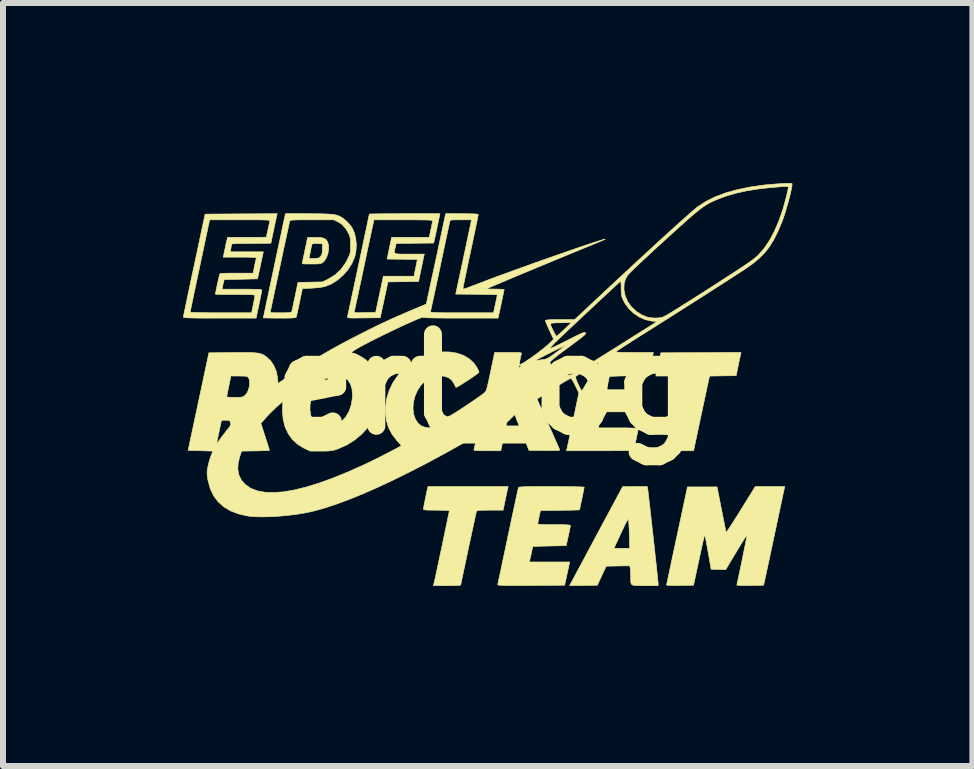
<source format=kicad_pcb>
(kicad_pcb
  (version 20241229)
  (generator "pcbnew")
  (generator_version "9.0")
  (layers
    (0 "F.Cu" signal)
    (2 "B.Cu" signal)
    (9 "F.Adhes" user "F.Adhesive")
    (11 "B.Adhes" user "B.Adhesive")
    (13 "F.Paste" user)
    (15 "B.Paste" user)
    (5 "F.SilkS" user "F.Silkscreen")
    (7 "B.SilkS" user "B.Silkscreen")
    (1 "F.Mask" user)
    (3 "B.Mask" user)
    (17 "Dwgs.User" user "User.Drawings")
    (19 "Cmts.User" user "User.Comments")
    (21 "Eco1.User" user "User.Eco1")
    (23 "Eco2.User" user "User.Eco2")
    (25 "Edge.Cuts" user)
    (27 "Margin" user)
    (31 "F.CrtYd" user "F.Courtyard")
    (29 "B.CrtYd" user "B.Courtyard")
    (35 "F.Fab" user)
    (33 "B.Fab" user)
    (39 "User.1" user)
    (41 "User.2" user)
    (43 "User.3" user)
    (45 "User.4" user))
  (footprint "ert_og"
    (layer "F.Cu")
    (at 5.072 3.356)
    (property "Reference" "ert_og" (at 0 0 0) (layer "F.SilkS") (effects (font (size 1.524 1.524) (thickness 0.3))))
    (attr through_hole)
    (fp_poly (pts (xy 4.185 -0.34) (xy 4.145 -0.146) (xy 3.923 -0.143) (xy 3.701 -0.139) (xy 3.568 0.483) (xy 3.436 1.105) (xy 3.209 1.105) (xy 3.128 1.105) (xy 3.07 1.104) (xy 3.029 1.102) (xy 3.005 1.1) (xy 2.992 1.095) (xy 2.989 1.089) (xy 2.99 1.083) (xy 2.993 1.066) (xy 3.002 1.027) (xy 3.015 0.968) (xy 3.031 0.893) (xy 3.051 0.802) (xy 3.073 0.7) (xy 3.097 0.589) (xy 3.118 0.489) (xy 3.143 0.371) (xy 3.167 0.26) (xy 3.188 0.159) (xy 3.207 0.07) (xy 3.223 -0.004) (xy 3.236 -0.061) (xy 3.244 -0.098) (xy 3.247 -0.111) (xy 3.254 -0.14) (xy 2.806 -0.14) (xy 2.813 -0.168) (xy 2.818 -0.191) (xy 2.827 -0.233) (xy 2.839 -0.289) (xy 2.853 -0.352) (xy 2.855 -0.362) (xy 2.89 -0.527) (xy 3.558 -0.53) (xy 4.226 -0.534) (xy 4.185 -0.34)) (stroke (width 0.01) (type solid)) (fill yes) (layer "F.SilkS"))
    (fp_poly (pts (xy -2.801 -2.449) (xy -2.748 -2.442) (xy -2.711 -2.429) (xy -2.685 -2.408) (xy -2.664 -2.376) (xy -2.663 -2.375) (xy -2.647 -2.32) (xy -2.645 -2.254) (xy -2.657 -2.184) (xy -2.68 -2.118) (xy -2.712 -2.063) (xy -2.743 -2.032) (xy -2.762 -2.021) (xy -2.784 -2.014) (xy -2.816 -2.009) (xy -2.862 -2.007) (xy -2.927 -2.007) (xy -2.932 -2.007) (xy -2.992 -2.007) (xy -3.04 -2.008) (xy -3.073 -2.01) (xy -3.086 -2.013) (xy -3.086 -2.013) (xy -3.084 -2.027) (xy -3.077 -2.061) (xy -3.069 -2.1) (xy -2.972 -2.1) (xy -2.96 -2.098) (xy -2.93 -2.097) (xy -2.887 -2.098) (xy -2.84 -2.101) (xy -2.811 -2.108) (xy -2.792 -2.12) (xy -2.776 -2.138) (xy -2.76 -2.166) (xy -2.752 -2.201) (xy -2.75 -2.252) (xy -2.75 -2.258) (xy -2.75 -2.343) (xy -2.835 -2.347) (xy -2.88 -2.348) (xy -2.907 -2.346) (xy -2.92 -2.339) (xy -2.926 -2.325) (xy -2.927 -2.321) (xy -2.934 -2.291) (xy -2.943 -2.249) (xy -2.952 -2.202) (xy -2.961 -2.157) (xy -2.968 -2.122) (xy -2.972 -2.102) (xy -2.972 -2.1) (xy -3.069 -2.1) (xy -3.066 -2.112) (xy -3.053 -2.175) (xy -3.042 -2.23) (xy -3.027 -2.299) (xy -3.014 -2.36) (xy -3.005 -2.407) (xy -2.999 -2.437) (xy -2.997 -2.446) (xy -2.985 -2.448) (xy -2.954 -2.45) (xy -2.907 -2.451) (xy -2.873 -2.451) (xy -2.801 -2.449)) (stroke (width 0.01) (type solid)) (fill yes) (layer "F.SilkS"))
    (fp_poly (pts (xy 0.339 1.73) (xy 0.334 1.753) (xy 0.325 1.795) (xy 0.313 1.851) (xy 0.3 1.915) (xy 0.297 1.927) (xy 0.262 2.095) (xy 0.043 2.095) (xy -0.037 2.096) (xy -0.095 2.097) (xy -0.135 2.099) (xy -0.16 2.102) (xy -0.175 2.107) (xy -0.181 2.114) (xy -0.183 2.118) (xy -0.187 2.135) (xy -0.196 2.173) (xy -0.208 2.23) (xy -0.224 2.303) (xy -0.242 2.389) (xy -0.263 2.484) (xy -0.285 2.586) (xy -0.308 2.692) (xy -0.331 2.8) (xy -0.353 2.905) (xy -0.374 3.006) (xy -0.394 3.098) (xy -0.411 3.18) (xy -0.426 3.249) (xy -0.436 3.301) (xy -0.443 3.333) (xy -0.445 3.343) (xy -0.457 3.346) (xy -0.49 3.349) (xy -0.541 3.351) (xy -0.605 3.352) (xy -0.672 3.353) (xy -0.899 3.353) (xy -0.888 3.305) (xy -0.881 3.277) (xy -0.87 3.228) (xy -0.856 3.163) (xy -0.839 3.083) (xy -0.82 2.992) (xy -0.799 2.894) (xy -0.777 2.789) (xy -0.754 2.683) (xy -0.732 2.578) (xy -0.711 2.476) (xy -0.691 2.381) (xy -0.673 2.295) (xy -0.658 2.222) (xy -0.646 2.165) (xy -0.638 2.126) (xy -0.635 2.109) (xy -0.635 2.109) (xy -0.648 2.103) (xy -0.685 2.099) (xy -0.746 2.097) (xy -0.829 2.096) (xy -0.851 2.095) (xy -0.932 2.095) (xy -0.99 2.094) (xy -1.03 2.092) (xy -1.053 2.088) (xy -1.065 2.083) (xy -1.067 2.077) (xy -1.064 2.06) (xy -1.057 2.022) (xy -1.047 1.971) (xy -1.035 1.91) (xy -1.022 1.846) (xy -1.009 1.784) (xy -0.997 1.73) (xy -0.99 1.702) (xy 0.346 1.702) (xy 0.339 1.73)) (stroke (width 0.01) (type solid)) (fill yes) (layer "F.SilkS"))
    (fp_poly (pts (xy 2.672 1.749) (xy 2.676 1.776) (xy 2.682 1.824) (xy 2.689 1.891) (xy 2.699 1.974) (xy 2.71 2.07) (xy 2.722 2.178) (xy 2.735 2.293) (xy 2.748 2.413) (xy 2.762 2.536) (xy 2.776 2.659) (xy 2.789 2.78) (xy 2.801 2.894) (xy 2.813 3.001) (xy 2.823 3.096) (xy 2.831 3.178) (xy 2.838 3.243) (xy 2.843 3.289) (xy 2.845 3.313) (xy 2.845 3.316) (xy 2.845 3.353) (xy 2.624 3.353) (xy 2.541 3.353) (xy 2.48 3.352) (xy 2.438 3.348) (xy 2.411 3.339) (xy 2.396 3.322) (xy 2.389 3.295) (xy 2.388 3.257) (xy 2.388 3.204) (xy 2.388 3.199) (xy 2.387 3.146) (xy 2.384 3.097) (xy 2.38 3.063) (xy 2.38 3.062) (xy 2.372 3.022) (xy 2.175 3.025) (xy 1.979 3.029) (xy 1.905 3.188) (xy 1.832 3.346) (xy 1.601 3.35) (xy 1.37 3.353) (xy 1.45 3.203) (xy 1.471 3.164) (xy 1.502 3.105) (xy 1.543 3.029) (xy 1.592 2.938) (xy 1.647 2.835) (xy 1.703 2.731) (xy 2.109 2.731) (xy 2.372 2.731) (xy 2.365 2.505) (xy 2.363 2.431) (xy 2.36 2.364) (xy 2.356 2.309) (xy 2.353 2.271) (xy 2.35 2.256) (xy 2.347 2.251) (xy 2.342 2.251) (xy 2.335 2.259) (xy 2.324 2.277) (xy 2.308 2.307) (xy 2.287 2.35) (xy 2.258 2.411) (xy 2.221 2.489) (xy 2.175 2.589) (xy 2.164 2.613) (xy 2.109 2.731) (xy 1.703 2.731) (xy 1.707 2.722) (xy 1.772 2.602) (xy 1.838 2.478) (xy 1.892 2.377) (xy 2.254 1.703) (xy 2.46 1.702) (xy 2.665 1.702) (xy 2.672 1.749)) (stroke (width 0.01) (type solid)) (fill yes) (layer "F.SilkS"))
    (fp_poly (pts (xy 4.949 1.73) (xy 4.945 1.748) (xy 4.936 1.788) (xy 4.923 1.848) (xy 4.907 1.926) (xy 4.887 2.017) (xy 4.865 2.122) (xy 4.841 2.236) (xy 4.815 2.357) (xy 4.813 2.369) (xy 4.785 2.497) (xy 4.758 2.624) (xy 4.732 2.747) (xy 4.708 2.861) (xy 4.686 2.963) (xy 4.667 3.051) (xy 4.652 3.12) (xy 4.643 3.162) (xy 4.603 3.346) (xy 4.377 3.35) (xy 4.296 3.351) (xy 4.238 3.351) (xy 4.198 3.35) (xy 4.173 3.348) (xy 4.16 3.344) (xy 4.157 3.338) (xy 4.158 3.331) (xy 4.164 3.306) (xy 4.174 3.262) (xy 4.187 3.202) (xy 4.202 3.13) (xy 4.219 3.049) (xy 4.237 2.963) (xy 4.255 2.875) (xy 4.272 2.789) (xy 4.289 2.708) (xy 4.303 2.636) (xy 4.314 2.577) (xy 4.323 2.534) (xy 4.326 2.51) (xy 4.327 2.506) (xy 4.319 2.515) (xy 4.3 2.544) (xy 4.272 2.588) (xy 4.236 2.646) (xy 4.194 2.715) (xy 4.148 2.792) (xy 4.146 2.794) (xy 3.971 3.087) (xy 3.85 3.083) (xy 3.728 3.08) (xy 3.678 2.791) (xy 3.663 2.71) (xy 3.65 2.638) (xy 3.638 2.578) (xy 3.629 2.536) (xy 3.622 2.512) (xy 3.62 2.509) (xy 3.616 2.523) (xy 3.607 2.559) (xy 3.594 2.613) (xy 3.578 2.684) (xy 3.56 2.767) (xy 3.539 2.861) (xy 3.524 2.931) (xy 3.435 3.346) (xy 3.21 3.35) (xy 3.137 3.351) (xy 3.075 3.35) (xy 3.026 3.349) (xy 2.995 3.346) (xy 2.985 3.344) (xy 2.988 3.33) (xy 2.996 3.293) (xy 3.008 3.236) (xy 3.024 3.16) (xy 3.043 3.068) (xy 3.066 2.961) (xy 3.091 2.842) (xy 3.119 2.713) (xy 3.148 2.576) (xy 3.16 2.521) (xy 3.334 1.708) (xy 3.827 1.708) (xy 3.9 2.08) (xy 3.919 2.175) (xy 3.936 2.261) (xy 3.951 2.336) (xy 3.963 2.397) (xy 3.972 2.44) (xy 3.977 2.463) (xy 3.978 2.466) (xy 3.985 2.458) (xy 4.004 2.431) (xy 4.034 2.388) (xy 4.072 2.329) (xy 4.117 2.258) (xy 4.169 2.178) (xy 4.223 2.09) (xy 4.464 1.702) (xy 4.71 1.702) (xy 4.956 1.702) (xy 4.949 1.73)) (stroke (width 0.01) (type solid)) (fill yes) (layer "F.SilkS"))
    (fp_poly (pts (xy 1.183 1.702) (xy 1.289 1.703) (xy 1.385 1.704) (xy 1.468 1.705) (xy 1.534 1.707) (xy 1.582 1.709) (xy 1.608 1.711) (xy 1.613 1.712) (xy 1.61 1.728) (xy 1.603 1.764) (xy 1.593 1.815) (xy 1.58 1.877) (xy 1.575 1.903) (xy 1.561 1.967) (xy 1.55 2.022) (xy 1.541 2.063) (xy 1.537 2.086) (xy 1.537 2.089) (xy 1.525 2.091) (xy 1.49 2.093) (xy 1.437 2.094) (xy 1.369 2.096) (xy 1.289 2.097) (xy 1.21 2.098) (xy 0.884 2.102) (xy 0.862 2.203) (xy 0.851 2.253) (xy 0.843 2.293) (xy 0.839 2.318) (xy 0.839 2.321) (xy 0.844 2.326) (xy 0.863 2.331) (xy 0.898 2.334) (xy 0.951 2.335) (xy 1.025 2.337) (xy 1.111 2.337) (xy 1.206 2.337) (xy 1.277 2.338) (xy 1.328 2.34) (xy 1.362 2.343) (xy 1.379 2.348) (xy 1.384 2.353) (xy 1.381 2.371) (xy 1.373 2.408) (xy 1.363 2.46) (xy 1.349 2.52) (xy 1.348 2.527) (xy 1.313 2.686) (xy 0.756 2.699) (xy 0.736 2.794) (xy 0.725 2.846) (xy 0.714 2.891) (xy 0.707 2.923) (xy 0.707 2.924) (xy 0.698 2.959) (xy 1.372 2.959) (xy 1.365 2.988) (xy 1.36 3.01) (xy 1.351 3.052) (xy 1.339 3.108) (xy 1.325 3.171) (xy 1.323 3.181) (xy 1.287 3.346) (xy 0.727 3.35) (xy 0.593 3.351) (xy 0.483 3.351) (xy 0.393 3.351) (xy 0.322 3.351) (xy 0.268 3.35) (xy 0.229 3.348) (xy 0.202 3.346) (xy 0.185 3.343) (xy 0.176 3.34) (xy 0.172 3.335) (xy 0.173 3.331) (xy 0.176 3.315) (xy 0.184 3.276) (xy 0.197 3.217) (xy 0.214 3.139) (xy 0.234 3.045) (xy 0.256 2.938) (xy 0.282 2.818) (xy 0.309 2.689) (xy 0.338 2.553) (xy 0.343 2.527) (xy 0.373 2.39) (xy 0.4 2.259) (xy 0.426 2.138) (xy 0.45 2.028) (xy 0.47 1.932) (xy 0.488 1.851) (xy 0.501 1.788) (xy 0.511 1.746) (xy 0.515 1.725) (xy 0.516 1.724) (xy 0.519 1.719) (xy 0.526 1.714) (xy 0.539 1.711) (xy 0.56 1.708) (xy 0.592 1.706) (xy 0.638 1.704) (xy 0.698 1.703) (xy 0.776 1.702) (xy 0.873 1.702) (xy 0.993 1.702) (xy 1.068 1.702) (xy 1.183 1.702)) (stroke (width 0.01) (type solid)) (fill yes) (layer "F.SilkS"))
    (fp_poly (pts (xy -0.834 -2.638) (xy -0.849 -2.566) (xy -0.863 -2.5) (xy -0.875 -2.446) (xy -0.884 -2.407) (xy -0.887 -2.394) (xy -0.897 -2.356) (xy -1.52 -2.349) (xy -1.535 -2.285) (xy -1.544 -2.247) (xy -1.549 -2.218) (xy -1.548 -2.198) (xy -1.538 -2.184) (xy -1.515 -2.177) (xy -1.477 -2.173) (xy -1.421 -2.172) (xy -1.344 -2.172) (xy -1.3 -2.172) (xy -1.051 -2.172) (xy -1.058 -2.143) (xy -1.063 -2.121) (xy -1.072 -2.079) (xy -1.083 -2.023) (xy -1.097 -1.956) (xy -1.106 -1.915) (xy -1.147 -1.715) (xy -1.402 -1.712) (xy -1.657 -1.708) (xy -1.786 -1.111) (xy -2.062 -1.108) (xy -2.153 -1.107) (xy -2.221 -1.106) (xy -2.27 -1.107) (xy -2.303 -1.109) (xy -2.322 -1.112) (xy -2.331 -1.116) (xy -2.333 -1.122) (xy -2.332 -1.127) (xy -2.328 -1.143) (xy -2.32 -1.18) (xy -2.314 -1.207) (xy -2.219 -1.207) (xy -2.213 -1.201) (xy -2.197 -1.197) (xy -2.167 -1.195) (xy -2.119 -1.195) (xy -2.05 -1.196) (xy -2.043 -1.197) (xy -1.862 -1.2) (xy -1.734 -1.803) (xy -1.223 -1.803) (xy -1.201 -1.915) (xy -1.19 -1.968) (xy -1.181 -2.015) (xy -1.174 -2.047) (xy -1.173 -2.054) (xy -1.166 -2.082) (xy -1.419 -2.086) (xy -1.671 -2.089) (xy -1.634 -2.27) (xy -1.596 -2.451) (xy -1.283 -2.451) (xy -0.969 -2.451) (xy -0.942 -2.581) (xy -0.93 -2.637) (xy -0.921 -2.684) (xy -0.916 -2.716) (xy -0.914 -2.727) (xy -0.92 -2.732) (xy -0.936 -2.735) (xy -0.967 -2.738) (xy -1.013 -2.74) (xy -1.077 -2.741) (xy -1.16 -2.742) (xy -1.265 -2.743) (xy -1.393 -2.743) (xy -1.402 -2.743) (xy -1.89 -2.743) (xy -1.897 -2.715) (xy -1.9 -2.697) (xy -1.909 -2.657) (xy -1.922 -2.597) (xy -1.939 -2.519) (xy -1.959 -2.425) (xy -1.982 -2.318) (xy -2.007 -2.2) (xy -2.034 -2.073) (xy -2.057 -1.962) (xy -2.085 -1.83) (xy -2.112 -1.704) (xy -2.137 -1.588) (xy -2.159 -1.484) (xy -2.179 -1.393) (xy -2.195 -1.319) (xy -2.207 -1.263) (xy -2.215 -1.228) (xy -2.218 -1.216) (xy -2.219 -1.207) (xy -2.314 -1.207) (xy -2.308 -1.238) (xy -2.292 -1.313) (xy -2.272 -1.402) (xy -2.251 -1.504) (xy -2.227 -1.616) (xy -2.201 -1.735) (xy -2.175 -1.858) (xy -2.148 -1.985) (xy -2.121 -2.111) (xy -2.095 -2.235) (xy -2.07 -2.353) (xy -2.047 -2.465) (xy -2.025 -2.566) (xy -2.006 -2.655) (xy -1.991 -2.729) (xy -1.979 -2.786) (xy -1.971 -2.823) (xy -1.969 -2.838) (xy -1.968 -2.838) (xy -1.956 -2.84) (xy -1.921 -2.841) (xy -1.865 -2.842) (xy -1.792 -2.843) (xy -1.703 -2.844) (xy -1.601 -2.844) (xy -1.489 -2.845) (xy -1.38 -2.845) (xy -0.791 -2.845) (xy -0.834 -2.638)) (stroke (width 0.01) (type solid)) (fill yes) (layer "F.SilkS"))
    (fp_poly (pts (xy -2.862 -2.844) (xy -2.76 -2.843) (xy -2.677 -2.84) (xy -2.611 -2.836) (xy -2.557 -2.83) (xy -2.514 -2.821) (xy -2.478 -2.809) (xy -2.446 -2.794) (xy -2.416 -2.776) (xy -2.358 -2.731) (xy -2.301 -2.672) (xy -2.255 -2.611) (xy -2.251 -2.603) (xy -2.215 -2.522) (xy -2.193 -2.425) (xy -2.184 -2.321) (xy -2.191 -2.218) (xy -2.209 -2.132) (xy -2.256 -2.019) (xy -2.323 -1.913) (xy -2.407 -1.817) (xy -2.503 -1.735) (xy -2.607 -1.671) (xy -2.705 -1.632) (xy -2.746 -1.623) (xy -2.805 -1.615) (xy -2.872 -1.608) (xy -2.929 -1.604) (xy -3.083 -1.597) (xy -3.13 -1.373) (xy -3.145 -1.3) (xy -3.159 -1.234) (xy -3.171 -1.18) (xy -3.179 -1.143) (xy -3.183 -1.127) (xy -3.187 -1.12) (xy -3.196 -1.114) (xy -3.214 -1.11) (xy -3.244 -1.108) (xy -3.288 -1.106) (xy -3.351 -1.105) (xy -3.435 -1.105) (xy -3.462 -1.105) (xy -3.542 -1.105) (xy -3.612 -1.106) (xy -3.67 -1.107) (xy -3.711 -1.108) (xy -3.732 -1.109) (xy -3.734 -1.11) (xy -3.731 -1.123) (xy -3.724 -1.158) (xy -3.715 -1.198) (xy -3.619 -1.198) (xy -3.608 -1.196) (xy -3.575 -1.195) (xy -3.526 -1.194) (xy -3.465 -1.194) (xy -3.443 -1.194) (xy -3.367 -1.194) (xy -3.313 -1.197) (xy -3.279 -1.201) (xy -3.263 -1.207) (xy -3.261 -1.21) (xy -3.257 -1.227) (xy -3.248 -1.264) (xy -3.237 -1.319) (xy -3.223 -1.385) (xy -3.207 -1.46) (xy -3.206 -1.463) (xy -3.157 -1.7) (xy -2.748 -1.708) (xy -2.649 -1.757) (xy -2.539 -1.825) (xy -2.445 -1.911) (xy -2.368 -2.017) (xy -2.335 -2.077) (xy -2.31 -2.129) (xy -2.294 -2.168) (xy -2.285 -2.202) (xy -2.281 -2.241) (xy -2.28 -2.294) (xy -2.28 -2.317) (xy -2.281 -2.38) (xy -2.284 -2.425) (xy -2.292 -2.462) (xy -2.304 -2.496) (xy -2.313 -2.515) (xy -2.364 -2.602) (xy -2.425 -2.668) (xy -2.492 -2.711) (xy -2.558 -2.743) (xy -2.923 -2.743) (xy -3.029 -2.743) (xy -3.112 -2.743) (xy -3.176 -2.742) (xy -3.223 -2.74) (xy -3.255 -2.738) (xy -3.275 -2.735) (xy -3.287 -2.73) (xy -3.293 -2.725) (xy -3.294 -2.721) (xy -3.298 -2.706) (xy -3.306 -2.669) (xy -3.318 -2.612) (xy -3.334 -2.539) (xy -3.353 -2.451) (xy -3.374 -2.352) (xy -3.398 -2.244) (xy -3.422 -2.129) (xy -3.447 -2.011) (xy -3.473 -1.892) (xy -3.498 -1.774) (xy -3.522 -1.66) (xy -3.545 -1.553) (xy -3.566 -1.455) (xy -3.584 -1.369) (xy -3.599 -1.298) (xy -3.61 -1.244) (xy -3.617 -1.21) (xy -3.619 -1.198) (xy -3.715 -1.198) (xy -3.712 -1.213) (xy -3.697 -1.285) (xy -3.679 -1.373) (xy -3.657 -1.473) (xy -3.634 -1.583) (xy -3.609 -1.701) (xy -3.583 -1.824) (xy -3.556 -1.95) (xy -3.53 -2.076) (xy -3.503 -2.2) (xy -3.478 -2.319) (xy -3.454 -2.431) (xy -3.432 -2.534) (xy -3.413 -2.624) (xy -3.397 -2.7) (xy -3.384 -2.759) (xy -3.375 -2.799) (xy -3.372 -2.816) (xy -3.365 -2.845) (xy -2.987 -2.845) (xy -2.862 -2.844)) (stroke (width 0.01) (type solid)) (fill yes) (layer "F.SilkS"))
    (fp_poly (pts (xy -3.51 -2.816) (xy -3.515 -2.795) (xy -3.523 -2.754) (xy -3.535 -2.701) (xy -3.548 -2.639) (xy -3.562 -2.573) (xy -3.576 -2.508) (xy -3.588 -2.449) (xy -3.598 -2.401) (xy -3.604 -2.368) (xy -3.607 -2.355) (xy -3.619 -2.353) (xy -3.653 -2.352) (xy -3.706 -2.351) (xy -3.774 -2.35) (xy -3.854 -2.35) (xy -3.93 -2.349) (xy -4.018 -2.349) (xy -4.097 -2.348) (xy -4.164 -2.347) (xy -4.216 -2.345) (xy -4.249 -2.342) (xy -4.259 -2.34) (xy -4.264 -2.323) (xy -4.271 -2.29) (xy -4.274 -2.27) (xy -4.283 -2.21) (xy -3.734 -2.21) (xy -3.741 -2.175) (xy -3.747 -2.15) (xy -3.756 -2.106) (xy -3.768 -2.048) (xy -3.783 -1.982) (xy -3.789 -1.949) (xy -3.831 -1.759) (xy -4.386 -1.746) (xy -4.394 -1.714) (xy -4.403 -1.68) (xy -4.411 -1.639) (xy -4.412 -1.635) (xy -4.421 -1.587) (xy -4.09 -1.587) (xy -3.985 -1.587) (xy -3.903 -1.586) (xy -3.842 -1.585) (xy -3.799 -1.582) (xy -3.773 -1.579) (xy -3.761 -1.575) (xy -3.759 -1.572) (xy -3.761 -1.555) (xy -3.768 -1.517) (xy -3.779 -1.463) (xy -3.792 -1.397) (xy -3.806 -1.33) (xy -3.854 -1.105) (xy -4.46 -1.105) (xy -4.606 -1.105) (xy -4.728 -1.105) (xy -4.828 -1.106) (xy -4.908 -1.107) (xy -4.97 -1.109) (xy -5.014 -1.111) (xy -5.045 -1.114) (xy -5.061 -1.117) (xy -5.067 -1.121) (xy -5.067 -1.121) (xy -5.064 -1.136) (xy -5.057 -1.173) (xy -5.051 -1.203) (xy -4.953 -1.203) (xy -4.941 -1.201) (xy -4.906 -1.199) (xy -4.851 -1.198) (xy -4.778 -1.196) (xy -4.691 -1.195) (xy -4.592 -1.194) (xy -4.484 -1.194) (xy -4.441 -1.194) (xy -3.929 -1.194) (xy -3.901 -1.33) (xy -3.89 -1.387) (xy -3.881 -1.436) (xy -3.875 -1.47) (xy -3.873 -1.483) (xy -3.879 -1.488) (xy -3.897 -1.492) (xy -3.931 -1.495) (xy -3.982 -1.497) (xy -4.052 -1.498) (xy -4.144 -1.499) (xy -4.204 -1.499) (xy -4.292 -1.499) (xy -4.372 -1.499) (xy -4.439 -1.5) (xy -4.491 -1.501) (xy -4.523 -1.503) (xy -4.534 -1.504) (xy -4.531 -1.519) (xy -4.524 -1.552) (xy -4.515 -1.599) (xy -4.503 -1.654) (xy -4.491 -1.709) (xy -4.479 -1.761) (xy -4.47 -1.802) (xy -4.464 -1.828) (xy -4.463 -1.832) (xy -4.459 -1.839) (xy -4.449 -1.845) (xy -4.431 -1.849) (xy -4.402 -1.851) (xy -4.358 -1.853) (xy -4.295 -1.854) (xy -4.212 -1.854) (xy -4.18 -1.854) (xy -3.904 -1.854) (xy -3.881 -1.972) (xy -3.87 -2.025) (xy -3.86 -2.069) (xy -3.853 -2.098) (xy -3.851 -2.105) (xy -3.855 -2.11) (xy -3.871 -2.115) (xy -3.902 -2.117) (xy -3.951 -2.119) (xy -4.021 -2.121) (xy -4.113 -2.121) (xy -4.124 -2.121) (xy -4.402 -2.121) (xy -4.374 -2.253) (xy -4.362 -2.312) (xy -4.351 -2.364) (xy -4.342 -2.403) (xy -4.338 -2.418) (xy -4.33 -2.451) (xy -4.007 -2.451) (xy -3.919 -2.451) (xy -3.84 -2.452) (xy -3.774 -2.452) (xy -3.724 -2.453) (xy -3.692 -2.454) (xy -3.683 -2.455) (xy -3.68 -2.469) (xy -3.674 -2.502) (xy -3.664 -2.547) (xy -3.653 -2.597) (xy -3.642 -2.646) (xy -3.633 -2.687) (xy -3.626 -2.715) (xy -3.625 -2.721) (xy -3.624 -2.727) (xy -3.628 -2.731) (xy -3.638 -2.735) (xy -3.658 -2.738) (xy -3.688 -2.74) (xy -3.732 -2.741) (xy -3.792 -2.742) (xy -3.869 -2.743) (xy -3.967 -2.743) (xy -4.087 -2.743) (xy -4.123 -2.743) (xy -4.629 -2.743) (xy -4.791 -1.978) (xy -4.82 -1.842) (xy -4.847 -1.714) (xy -4.872 -1.595) (xy -4.895 -1.488) (xy -4.914 -1.395) (xy -4.93 -1.318) (xy -4.942 -1.259) (xy -4.95 -1.22) (xy -4.953 -1.204) (xy -4.953 -1.203) (xy -5.051 -1.203) (xy -5.045 -1.231) (xy -5.029 -1.308) (xy -5.009 -1.402) (xy -4.987 -1.51) (xy -4.961 -1.631) (xy -4.934 -1.762) (xy -4.904 -1.901) (xy -4.885 -1.988) (xy -4.704 -2.838) (xy -4.103 -2.842) (xy -3.502 -2.845) (xy -3.51 -2.816)) (stroke (width 0.01) (type solid)) (fill yes) (layer "F.SilkS"))
    (fp_poly (pts (xy 5.075 -3.349) (xy 5.077 -3.332) (xy 5.073 -3.294) (xy 5.062 -3.239) (xy 5.047 -3.171) (xy 5.027 -3.094) (xy 5.005 -3.011) (xy 4.98 -2.927) (xy 4.955 -2.844) (xy 4.929 -2.766) (xy 4.904 -2.698) (xy 4.903 -2.697) (xy 4.838 -2.543) (xy 4.771 -2.41) (xy 4.699 -2.294) (xy 4.618 -2.191) (xy 4.525 -2.098) (xy 4.418 -2.01) (xy 4.324 -1.944) (xy 4.27 -1.907) (xy 4.196 -1.859) (xy 4.105 -1.8) (xy 3.998 -1.731) (xy 3.878 -1.654) (xy 3.747 -1.57) (xy 3.607 -1.48) (xy 3.46 -1.387) (xy 3.308 -1.29) (xy 3.153 -1.191) (xy 2.997 -1.092) (xy 2.842 -0.995) (xy 2.691 -0.899) (xy 2.635 -0.864) (xy 2.536 -0.802) (xy 2.443 -0.743) (xy 2.359 -0.689) (xy 2.286 -0.642) (xy 2.226 -0.603) (xy 2.181 -0.574) (xy 2.154 -0.556) (xy 2.147 -0.551) (xy 2.144 -0.545) (xy 2.151 -0.541) (xy 2.17 -0.538) (xy 2.203 -0.536) (xy 2.254 -0.534) (xy 2.324 -0.534) (xy 2.417 -0.533) (xy 2.447 -0.533) (xy 2.766 -0.533) (xy 2.725 -0.34) (xy 2.685 -0.146) (xy 2.358 -0.143) (xy 2.27 -0.141) (xy 2.191 -0.14) (xy 2.124 -0.137) (xy 2.073 -0.135) (xy 2.041 -0.132) (xy 2.032 -0.13) (xy 2.029 -0.114) (xy 2.022 -0.08) (xy 2.012 -0.034) (xy 2.008 -0.016) (xy 1.984 0.089) (xy 2.263 0.089) (xy 2.354 0.089) (xy 2.423 0.09) (xy 2.472 0.091) (xy 2.505 0.093) (xy 2.525 0.096) (xy 2.534 0.101) (xy 2.536 0.107) (xy 2.535 0.111) (xy 2.53 0.132) (xy 2.521 0.171) (xy 2.51 0.225) (xy 2.496 0.287) (xy 2.494 0.295) (xy 2.46 0.457) (xy 1.907 0.457) (xy 1.888 0.543) (xy 1.876 0.595) (xy 1.866 0.645) (xy 1.86 0.676) (xy 1.851 0.724) (xy 2.183 0.724) (xy 2.288 0.724) (xy 2.375 0.726) (xy 2.442 0.728) (xy 2.489 0.731) (xy 2.512 0.734) (xy 2.515 0.736) (xy 2.512 0.752) (xy 2.505 0.789) (xy 2.494 0.84) (xy 2.481 0.902) (xy 2.477 0.923) (xy 2.463 0.986) (xy 2.451 1.039) (xy 2.443 1.078) (xy 2.439 1.099) (xy 2.438 1.101) (xy 2.426 1.102) (xy 2.391 1.103) (xy 2.336 1.103) (xy 2.263 1.104) (xy 2.174 1.104) (xy 2.073 1.105) (xy 1.962 1.105) (xy 1.878 1.105) (xy 1.318 1.105) (xy 1.325 1.076) (xy 1.329 1.058) (xy 1.338 1.017) (xy 1.351 0.958) (xy 1.367 0.882) (xy 1.386 0.794) (xy 1.406 0.696) (xy 1.428 0.596) (xy 1.524 0.143) (xy 1.466 0.021) (xy 1.436 -0.039) (xy 1.411 -0.08) (xy 1.393 -0.1) (xy 1.388 -0.102) (xy 1.373 -0.095) (xy 1.339 -0.076) (xy 1.29 -0.048) (xy 1.228 -0.011) (xy 1.159 0.032) (xy 1.098 0.071) (xy 0.827 0.243) (xy 0.845 0.283) (xy 0.854 0.305) (xy 0.872 0.346) (xy 0.898 0.404) (xy 0.931 0.476) (xy 0.968 0.559) (xy 1.009 0.649) (xy 1.034 0.705) (xy 1.076 0.796) (xy 1.113 0.881) (xy 1.146 0.955) (xy 1.173 1.016) (xy 1.193 1.062) (xy 1.204 1.089) (xy 1.206 1.095) (xy 1.194 1.098) (xy 1.161 1.1) (xy 1.109 1.102) (xy 1.044 1.103) (xy 0.968 1.102) (xy 0.95 1.102) (xy 0.693 1.099) (xy 0.589 0.838) (xy 0.557 0.76) (xy 0.528 0.688) (xy 0.504 0.625) (xy 0.484 0.577) (xy 0.473 0.546) (xy 0.47 0.54) (xy 0.457 0.503) (xy 0.389 0.57) (xy 0.322 0.636) (xy 0.223 1.105) (xy -0.004 1.105) (xy -0.085 1.105) (xy -0.143 1.104) (xy -0.184 1.102) (xy -0.208 1.1) (xy -0.221 1.095) (xy -0.225 1.089) (xy -0.224 1.083) (xy -0.215 1.048) (xy -0.205 1.004) (xy -0.195 0.956) (xy -0.187 0.911) (xy -0.181 0.877) (xy -0.179 0.859) (xy -0.18 0.858) (xy -0.191 0.862) (xy -0.222 0.878) (xy -0.268 0.902) (xy -0.326 0.935) (xy -0.394 0.972) (xy -0.419 0.987) (xy -0.719 1.155) (xy -1.011 1.312) (xy -1.293 1.457) (xy -1.564 1.591) (xy -1.822 1.712) (xy -2.068 1.82) (xy -2.299 1.914) (xy -2.513 1.994) (xy -2.711 2.059) (xy -2.891 2.109) (xy -2.935 2.12) (xy -3.057 2.145) (xy -3.191 2.166) (xy -3.331 2.183) (xy -3.473 2.196) (xy -3.612 2.204) (xy -3.743 2.207) (xy -3.861 2.205) (xy -3.961 2.197) (xy -3.995 2.192) (xy -4.147 2.158) (xy -4.28 2.107) (xy -4.393 2.04) (xy -4.487 1.956) (xy -4.562 1.856) (xy -4.617 1.74) (xy -4.654 1.606) (xy -4.658 1.589) (xy -4.667 1.531) (xy -4.671 1.488) (xy -4.67 1.449) (xy -4.664 1.404) (xy -4.657 1.369) (xy -4.643 1.308) (xy -4.625 1.244) (xy -4.607 1.191) (xy -4.605 1.187) (xy -4.574 1.111) (xy -4.781 1.105) (xy -4.987 1.099) (xy -4.961 0.977) (xy -4.508 0.977) (xy -4.503 0.978) (xy -4.488 0.961) (xy -4.473 0.939) (xy -4.449 0.904) (xy -4.414 0.858) (xy -4.375 0.806) (xy -4.353 0.778) (xy -4.315 0.731) (xy -4.291 0.699) (xy -4.279 0.676) (xy -4.276 0.658) (xy -4.28 0.641) (xy -4.282 0.635) (xy -4.291 0.613) (xy -4.305 0.602) (xy -4.331 0.597) (xy -4.364 0.597) (xy -4.402 0.597) (xy -4.426 0.599) (xy -4.432 0.6) (xy -4.435 0.613) (xy -4.442 0.646) (xy -4.452 0.695) (xy -4.465 0.756) (xy -4.47 0.781) (xy -4.484 0.846) (xy -4.496 0.903) (xy -4.504 0.947) (xy -4.508 0.973) (xy -4.508 0.977) (xy -4.961 0.977) (xy -4.797 0.206) (xy -4.344 0.206) (xy -4.332 0.21) (xy -4.3 0.213) (xy -4.253 0.215) (xy -4.212 0.216) (xy -4.15 0.215) (xy -4.109 0.213) (xy -4.08 0.208) (xy -4.059 0.198) (xy -4.045 0.188) (xy -4.01 0.148) (xy -3.983 0.093) (xy -3.966 0.031) (xy -3.961 -0.03) (xy -3.969 -0.084) (xy -3.982 -0.111) (xy -3.993 -0.124) (xy -4.007 -0.132) (xy -4.03 -0.137) (xy -4.067 -0.139) (xy -4.123 -0.14) (xy -4.138 -0.14) (xy -4.275 -0.14) (xy -4.309 0.029) (xy -4.322 0.091) (xy -4.332 0.144) (xy -4.34 0.184) (xy -4.343 0.205) (xy -4.344 0.206) (xy -4.797 0.206) (xy -4.641 -0.527) (xy -4.248 -0.531) (xy -4.127 -0.532) (xy -4.028 -0.532) (xy -3.948 -0.531) (xy -3.885 -0.528) (xy -3.835 -0.523) (xy -3.796 -0.516) (xy -3.763 -0.506) (xy -3.735 -0.494) (xy -3.709 -0.478) (xy -3.689 -0.464) (xy -3.613 -0.395) (xy -3.555 -0.308) (xy -3.515 -0.208) (xy -3.496 -0.101) (xy -3.489 -0.017) (xy -3.182 -0.221) (xy -3.024 -0.325) (xy -2.875 -0.419) (xy -2.731 -0.507) (xy -2.585 -0.591) (xy -2.431 -0.675) (xy -2.264 -0.764) (xy -2.136 -0.829) (xy -1.987 -0.905) (xy -1.853 -0.971) (xy -1.729 -1.03) (xy -1.609 -1.086) (xy -1.486 -1.14) (xy -1.355 -1.197) (xy -1.323 -1.211) (xy -0.948 -1.211) (xy -0.944 -1.206) (xy -0.934 -1.202) (xy -0.915 -1.2) (xy -0.885 -1.198) (xy -0.842 -1.196) (xy -0.783 -1.195) (xy -0.707 -1.194) (xy -0.611 -1.194) (xy -0.493 -1.194) (xy -0.427 -1.194) (xy 0.101 -1.194) (xy 0.108 -1.222) (xy 0.117 -1.265) (xy 0.128 -1.317) (xy 0.14 -1.37) (xy 0.151 -1.421) (xy 0.159 -1.461) (xy 0.164 -1.487) (xy 0.165 -1.492) (xy 0.153 -1.494) (xy 0.119 -1.496) (xy 0.065 -1.497) (xy -0.003 -1.499) (xy -0.085 -1.5) (xy -0.175 -1.502) (xy -0.181 -1.502) (xy -0.528 -1.505) (xy -0.404 -2.083) (xy -0.379 -2.202) (xy -0.355 -2.314) (xy -0.333 -2.417) (xy -0.314 -2.509) (xy -0.298 -2.586) (xy -0.285 -2.646) (xy -0.277 -2.686) (xy -0.273 -2.702) (xy -0.266 -2.743) (xy -0.443 -2.743) (xy -0.513 -2.743) (xy -0.562 -2.742) (xy -0.593 -2.74) (xy -0.612 -2.736) (xy -0.621 -2.729) (xy -0.626 -2.719) (xy -0.627 -2.715) (xy -0.631 -2.697) (xy -0.639 -2.657) (xy -0.652 -2.597) (xy -0.669 -2.519) (xy -0.689 -2.425) (xy -0.712 -2.318) (xy -0.737 -2.2) (xy -0.764 -2.073) (xy -0.787 -1.962) (xy -0.815 -1.83) (xy -0.842 -1.704) (xy -0.867 -1.589) (xy -0.889 -1.484) (xy -0.909 -1.394) (xy -0.925 -1.319) (xy -0.937 -1.263) (xy -0.945 -1.228) (xy -0.948 -1.216) (xy -0.948 -1.211) (xy -1.323 -1.211) (xy -1.251 -1.241) (xy -1.18 -1.271) (xy -1.118 -1.297) (xy -1.068 -1.318) (xy -1.034 -1.333) (xy -1.019 -1.339) (xy -1.019 -1.339) (xy -1.016 -1.352) (xy -1.008 -1.386) (xy -0.997 -1.44) (xy -0.981 -1.512) (xy -0.963 -1.598) (xy -0.942 -1.695) (xy -0.919 -1.802) (xy -0.894 -1.916) (xy -0.869 -2.033) (xy -0.843 -2.152) (xy -0.818 -2.27) (xy -0.794 -2.385) (xy -0.771 -2.492) (xy -0.75 -2.591) (xy -0.731 -2.679) (xy -0.716 -2.752) (xy -0.704 -2.809) (xy -0.704 -2.81) (xy -0.696 -2.845) (xy -0.424 -2.845) (xy -0.328 -2.844) (xy -0.256 -2.843) (xy -0.204 -2.841) (xy -0.171 -2.838) (xy -0.155 -2.833) (xy -0.152 -2.83) (xy -0.155 -2.814) (xy -0.162 -2.777) (xy -0.174 -2.72) (xy -0.19 -2.645) (xy -0.208 -2.555) (xy -0.23 -2.453) (xy -0.253 -2.341) (xy -0.279 -2.222) (xy -0.279 -2.219) (xy -0.305 -2.1) (xy -0.329 -1.987) (xy -0.35 -1.884) (xy -0.369 -1.794) (xy -0.385 -1.718) (xy -0.396 -1.66) (xy -0.404 -1.621) (xy -0.406 -1.604) (xy -0.406 -1.604) (xy -0.407 -1.598) (xy -0.406 -1.593) (xy -0.401 -1.591) (xy -0.39 -1.592) (xy -0.371 -1.597) (xy -0.341 -1.607) (xy -0.298 -1.623) (xy -0.239 -1.645) (xy -0.161 -1.675) (xy -0.063 -1.712) (xy -0.032 -1.725) (xy 0.067 -1.762) (xy 0.178 -1.804) (xy 0.3 -1.848) (xy 0.429 -1.895) (xy 0.565 -1.944) (xy 0.704 -1.994) (xy 0.846 -2.045) (xy 0.988 -2.095) (xy 1.128 -2.144) (xy 1.263 -2.191) (xy 1.393 -2.236) (xy 1.514 -2.278) (xy 1.625 -2.316) (xy 1.724 -2.349) (xy 1.809 -2.377) (xy 1.877 -2.398) (xy 1.927 -2.413) (xy 1.957 -2.421) (xy 1.964 -2.421) (xy 1.954 -2.416) (xy 1.924 -2.402) (xy 1.876 -2.381) (xy 1.815 -2.355) (xy 1.742 -2.326) (xy 1.692 -2.305) (xy 1.616 -2.274) (xy 1.526 -2.237) (xy 1.423 -2.195) (xy 1.31 -2.148) (xy 1.189 -2.098) (xy 1.064 -2.046) (xy 0.936 -1.993) (xy 0.807 -1.94) (xy 0.681 -1.887) (xy 0.56 -1.837) (xy 0.446 -1.789) (xy 0.341 -1.745) (xy 0.249 -1.706) (xy 0.171 -1.673) (xy 0.109 -1.647) (xy 0.067 -1.629) (xy 0.051 -1.622) (xy -0.019 -1.59) (xy 0.13 -1.589) (xy 0.188 -1.588) (xy 0.236 -1.586) (xy 0.268 -1.584) (xy 0.279 -1.582) (xy 0.277 -1.569) (xy 0.27 -1.535) (xy 0.26 -1.487) (xy 0.247 -1.428) (xy 0.234 -1.364) (xy 0.22 -1.298) (xy 0.207 -1.237) (xy 0.195 -1.185) (xy 0.187 -1.147) (xy 0.184 -1.133) (xy 0.177 -1.105) (xy -0.444 -1.105) (xy -0.599 -1.105) (xy -0.729 -1.106) (xy -0.837 -1.107) (xy -0.923 -1.108) (xy -0.988 -1.11) (xy -1.033 -1.113) (xy -1.06 -1.116) (xy -1.069 -1.119) (xy -1.069 -1.119) (xy -1.082 -1.119) (xy -1.115 -1.108) (xy -1.165 -1.088) (xy -1.23 -1.06) (xy -1.307 -1.026) (xy -1.394 -0.987) (xy -1.487 -0.943) (xy -1.586 -0.896) (xy -1.686 -0.848) (xy -1.785 -0.799) (xy -1.882 -0.751) (xy -1.972 -0.705) (xy -2.053 -0.663) (xy -2.124 -0.625) (xy -2.169 -0.599) (xy -2.222 -0.567) (xy -2.253 -0.544) (xy -2.262 -0.529) (xy -2.251 -0.522) (xy -2.234 -0.521) (xy -2.208 -0.514) (xy -2.167 -0.496) (xy -2.119 -0.47) (xy -2.07 -0.441) (xy -2.027 -0.411) (xy -2.02 -0.406) (xy -1.95 -0.335) (xy -1.889 -0.245) (xy -1.84 -0.142) (xy -1.806 -0.031) (xy -1.793 0.048) (xy -1.789 0.192) (xy -1.81 0.334) (xy -1.853 0.471) (xy -1.916 0.602) (xy -1.999 0.724) (xy -2.1 0.834) (xy -2.217 0.93) (xy -2.348 1.011) (xy -2.487 1.072) (xy -2.533 1.088) (xy -2.571 1.099) (xy -2.609 1.105) (xy -2.652 1.109) (xy -2.707 1.111) (xy -2.775 1.111) (xy -2.953 1.111) (xy -3.053 1.064) (xy -3.16 0.999) (xy -3.249 0.917) (xy -3.32 0.819) (xy -3.372 0.706) (xy -3.404 0.58) (xy -3.415 0.442) (xy -3.415 0.426) (xy -2.957 0.426) (xy -2.944 0.511) (xy -2.916 0.588) (xy -2.872 0.651) (xy -2.813 0.699) (xy -2.804 0.704) (xy -2.751 0.719) (xy -2.685 0.722) (xy -2.614 0.713) (xy -2.546 0.693) (xy -2.516 0.679) (xy -2.428 0.617) (xy -2.357 0.537) (xy -2.302 0.441) (xy -2.266 0.332) (xy -2.249 0.211) (xy -2.248 0.171) (xy -2.257 0.072) (xy -2.283 -0.01) (xy -2.324 -0.072) (xy -2.382 -0.116) (xy -2.455 -0.139) (xy -2.515 -0.144) (xy -2.608 -0.133) (xy -2.691 -0.1) (xy -2.767 -0.045) (xy -2.792 -0.02) (xy -2.855 0.06) (xy -2.904 0.148) (xy -2.937 0.241) (xy -2.955 0.335) (xy -2.957 0.426) (xy -3.415 0.426) (xy -3.414 0.402) (xy -3.41 0.282) (xy -3.509 0.371) (xy -3.563 0.423) (xy -3.622 0.481) (xy -3.676 0.537) (xy -3.691 0.554) (xy -3.775 0.648) (xy -3.704 0.869) (xy -3.681 0.939) (xy -3.661 1.001) (xy -3.646 1.051) (xy -3.636 1.084) (xy -3.632 1.097) (xy -3.644 1.099) (xy -3.678 1.102) (xy -3.729 1.104) (xy -3.793 1.106) (xy -3.864 1.108) (xy -4.096 1.111) (xy -4.126 1.2) (xy -4.154 1.312) (xy -4.159 1.416) (xy -4.141 1.51) (xy -4.1 1.594) (xy -4.038 1.665) (xy -3.955 1.724) (xy -3.939 1.733) (xy -3.831 1.774) (xy -3.705 1.797) (xy -3.561 1.802) (xy -3.399 1.79) (xy -3.219 1.759) (xy -3.022 1.711) (xy -2.806 1.644) (xy -2.573 1.56) (xy -2.321 1.457) (xy -2.052 1.337) (xy -2.039 1.331) (xy -1.986 1.305) (xy -1.922 1.274) (xy -1.851 1.239) (xy -1.775 1.201) (xy -1.699 1.162) (xy -1.626 1.124) (xy -1.56 1.09) (xy -1.505 1.061) (xy -1.464 1.038) (xy -1.44 1.024) (xy -1.437 1.021) (xy -1.442 1.011) (xy -1.462 0.986) (xy -1.492 0.952) (xy -1.509 0.934) (xy -1.59 0.83) (xy -1.649 0.716) (xy -1.685 0.591) (xy -1.699 0.454) (xy -1.699 0.387) (xy -1.68 0.243) (xy -1.638 0.104) (xy -1.575 -0.027) (xy -1.493 -0.148) (xy -1.395 -0.257) (xy -1.283 -0.351) (xy -1.158 -0.429) (xy -1.023 -0.489) (xy -0.881 -0.528) (xy -0.768 -0.542) (xy -0.633 -0.541) (xy -0.509 -0.522) (xy -0.399 -0.484) (xy -0.304 -0.428) (xy -0.226 -0.356) (xy -0.177 -0.286) (xy -0.157 -0.248) (xy -0.143 -0.217) (xy -0.14 -0.203) (xy -0.15 -0.192) (xy -0.177 -0.171) (xy -0.217 -0.142) (xy -0.266 -0.108) (xy -0.32 -0.072) (xy -0.375 -0.037) (xy -0.427 -0.004) (xy -0.471 0.023) (xy -0.505 0.042) (xy -0.523 0.049) (xy -0.525 0.049) (xy -0.531 0.036) (xy -0.546 0.008) (xy -0.559 -0.019) (xy -0.599 -0.077) (xy -0.654 -0.116) (xy -0.726 -0.138) (xy -0.8 -0.143) (xy -0.86 -0.141) (xy -0.908 -0.13) (xy -0.956 -0.11) (xy -1.039 -0.056) (xy -1.109 0.016) (xy -1.166 0.102) (xy -1.208 0.198) (xy -1.233 0.299) (xy -1.24 0.401) (xy -1.228 0.5) (xy -1.199 0.582) (xy -1.154 0.648) (xy -1.096 0.694) (xy -1.024 0.718) (xy -0.998 0.721) (xy -0.969 0.723) (xy -0.945 0.721) (xy -0.92 0.714) (xy -0.889 0.698) (xy -0.847 0.674) (xy -0.795 0.641) (xy -0.742 0.607) (xy -0.698 0.577) (xy -0.667 0.553) (xy -0.652 0.539) (xy -0.652 0.538) (xy -0.64 0.527) (xy -0.634 0.528) (xy -0.621 0.523) (xy -0.591 0.505) (xy -0.546 0.478) (xy -0.49 0.443) (xy -0.427 0.402) (xy -0.36 0.357) (xy -0.291 0.311) (xy -0.225 0.266) (xy -0.165 0.224) (xy -0.113 0.188) (xy -0.074 0.159) (xy -0.053 0.142) (xy -0.041 0.131) (xy -0.031 0.118) (xy -0.021 0.1) (xy -0.012 0.074) (xy -0.001 0.037) (xy 0.011 -0.014) (xy 0.026 -0.082) (xy 0.035 -0.123) (xy 1.47 -0.123) (xy 1.473 -0.103) (xy 1.484 -0.07) (xy 1.505 -0.019) (xy 1.513 -0.002) (xy 1.536 0.046) (xy 1.556 0.082) (xy 1.57 0.103) (xy 1.575 0.105) (xy 1.584 0.092) (xy 1.604 0.06) (xy 1.632 0.013) (xy 1.668 -0.046) (xy 1.708 -0.113) (xy 1.719 -0.132) (xy 1.76 -0.2) (xy 1.795 -0.26) (xy 1.823 -0.309) (xy 1.842 -0.344) (xy 1.851 -0.362) (xy 1.851 -0.363) (xy 1.839 -0.358) (xy 1.81 -0.343) (xy 1.769 -0.318) (xy 1.718 -0.288) (xy 1.664 -0.255) (xy 1.609 -0.222) (xy 1.559 -0.19) (xy 1.517 -0.163) (xy 1.487 -0.143) (xy 1.476 -0.135) (xy 1.47 -0.123) (xy 0.035 -0.123) (xy 0.045 -0.171) (xy 0.054 -0.213) (xy 0.071 -0.297) (xy 0.521 -0.297) (xy 0.524 -0.283) (xy 0.537 -0.289) (xy 0.543 -0.293) (xy 0.563 -0.308) (xy 0.57 -0.314) (xy 0.564 -0.317) (xy 0.548 -0.318) (xy 0.525 -0.31) (xy 0.521 -0.297) (xy 0.071 -0.297) (xy 0.121 -0.533) (xy 0.347 -0.533) (xy 0.428 -0.533) (xy 0.487 -0.533) (xy 0.527 -0.531) (xy 0.551 -0.528) (xy 0.564 -0.524) (xy 0.568 -0.517) (xy 0.567 -0.511) (xy 0.555 -0.465) (xy 0.545 -0.418) (xy 0.538 -0.376) (xy 0.536 -0.346) (xy 0.537 -0.335) (xy 0.553 -0.336) (xy 0.585 -0.351) (xy 0.63 -0.378) (xy 0.658 -0.396) (xy 0.802 -0.396) (xy 0.813 -0.397) (xy 0.819 -0.398) (xy 0.845 -0.403) (xy 0.887 -0.409) (xy 0.919 -0.413) (xy 0.951 -0.417) (xy 0.979 -0.425) (xy 1.008 -0.438) (xy 1.043 -0.459) (xy 1.089 -0.491) (xy 1.142 -0.53) (xy 1.195 -0.569) (xy 1.242 -0.604) (xy 1.278 -0.632) (xy 1.299 -0.648) (xy 1.302 -0.651) (xy 1.295 -0.649) (xy 1.269 -0.637) (xy 1.229 -0.618) (xy 1.177 -0.593) (xy 1.117 -0.564) (xy 1.055 -0.532) (xy 0.992 -0.5) (xy 0.933 -0.47) (xy 0.882 -0.444) (xy 0.842 -0.423) (xy 0.817 -0.409) (xy 0.813 -0.406) (xy 0.802 -0.396) (xy 0.658 -0.396) (xy 0.685 -0.414) (xy 0.747 -0.457) (xy 0.812 -0.504) (xy 0.877 -0.554) (xy 0.936 -0.6) (xy 1.041 -0.6) (xy 1.052 -0.602) (xy 1.082 -0.613) (xy 1.129 -0.634) (xy 1.19 -0.663) (xy 1.26 -0.698) (xy 1.328 -0.732) (xy 1.417 -0.778) (xy 1.486 -0.812) (xy 1.538 -0.837) (xy 1.576 -0.854) (xy 1.601 -0.863) (xy 1.618 -0.866) (xy 1.629 -0.864) (xy 1.634 -0.86) (xy 1.638 -0.854) (xy 1.635 -0.844) (xy 1.625 -0.831) (xy 1.604 -0.811) (xy 1.572 -0.785) (xy 1.525 -0.748) (xy 1.463 -0.702) (xy 1.382 -0.642) (xy 1.347 -0.616) (xy 1.25 -0.544) (xy 1.17 -0.483) (xy 1.108 -0.434) (xy 1.067 -0.398) (xy 1.045 -0.376) (xy 1.041 -0.369) (xy 1.049 -0.346) (xy 1.067 -0.313) (xy 1.078 -0.296) (xy 1.141 -0.228) (xy 1.215 -0.181) (xy 1.296 -0.156) (xy 1.337 -0.153) (xy 1.358 -0.154) (xy 1.379 -0.157) (xy 1.404 -0.166) (xy 1.435 -0.18) (xy 1.475 -0.203) (xy 1.529 -0.234) (xy 1.6 -0.277) (xy 1.648 -0.307) (xy 1.709 -0.345) (xy 1.785 -0.392) (xy 1.874 -0.448) (xy 1.972 -0.509) (xy 2.076 -0.574) (xy 2.183 -0.641) (xy 2.291 -0.709) (xy 2.395 -0.775) (xy 2.494 -0.837) (xy 2.583 -0.893) (xy 2.661 -0.942) (xy 2.723 -0.981) (xy 2.766 -1.009) (xy 2.769 -1.01) (xy 2.826 -1.047) (xy 2.739 -1.056) (xy 2.632 -1.079) (xy 2.529 -1.124) (xy 2.434 -1.189) (xy 2.352 -1.268) (xy 2.287 -1.36) (xy 2.27 -1.393) (xy 2.25 -1.437) (xy 2.238 -1.473) (xy 2.232 -1.51) (xy 2.229 -1.558) (xy 2.229 -1.594) (xy 2.275 -1.594) (xy 2.276 -1.577) (xy 2.296 -1.475) (xy 2.338 -1.379) (xy 2.4 -1.293) (xy 2.48 -1.218) (xy 2.574 -1.158) (xy 2.661 -1.123) (xy 2.718 -1.111) (xy 2.787 -1.106) (xy 2.856 -1.109) (xy 2.91 -1.118) (xy 2.925 -1.123) (xy 2.947 -1.134) (xy 2.977 -1.15) (xy 3.017 -1.172) (xy 3.067 -1.202) (xy 3.129 -1.24) (xy 3.204 -1.287) (xy 3.294 -1.344) (xy 3.401 -1.411) (xy 3.526 -1.491) (xy 3.669 -1.582) (xy 3.753 -1.636) (xy 3.894 -1.727) (xy 4.015 -1.805) (xy 4.119 -1.872) (xy 4.206 -1.929) (xy 4.279 -1.978) (xy 4.34 -2.019) (xy 4.389 -2.054) (xy 4.429 -2.084) (xy 4.462 -2.11) (xy 4.49 -2.133) (xy 4.514 -2.155) (xy 4.525 -2.167) (xy 4.616 -2.273) (xy 4.702 -2.401) (xy 4.782 -2.551) (xy 4.855 -2.72) (xy 4.92 -2.905) (xy 4.976 -3.105) (xy 4.979 -3.118) (xy 4.994 -3.177) (xy 5.005 -3.229) (xy 5.013 -3.267) (xy 5.016 -3.286) (xy 5.016 -3.286) (xy 5.011 -3.294) (xy 4.993 -3.298) (xy 4.957 -3.299) (xy 4.905 -3.296) (xy 4.688 -3.277) (xy 4.491 -3.254) (xy 4.314 -3.225) (xy 4.152 -3.189) (xy 4.001 -3.146) (xy 3.86 -3.096) (xy 3.819 -3.079) (xy 3.768 -3.057) (xy 3.721 -3.035) (xy 3.675 -3.01) (xy 3.63 -2.982) (xy 3.581 -2.949) (xy 3.527 -2.908) (xy 3.467 -2.859) (xy 3.396 -2.8) (xy 3.315 -2.728) (xy 3.219 -2.642) (xy 3.107 -2.542) (xy 3.092 -2.528) (xy 2.961 -2.408) (xy 2.838 -2.296) (xy 2.726 -2.193) (xy 2.626 -2.1) (xy 2.538 -2.018) (xy 2.465 -1.948) (xy 2.407 -1.892) (xy 2.366 -1.851) (xy 2.342 -1.825) (xy 2.341 -1.824) (xy 2.301 -1.758) (xy 2.279 -1.683) (xy 2.275 -1.594) (xy 2.229 -1.594) (xy 2.229 -1.602) (xy 2.228 -1.663) (xy 2.225 -1.7) (xy 2.219 -1.716) (xy 2.215 -1.717) (xy 2.203 -1.707) (xy 2.175 -1.681) (xy 2.133 -1.642) (xy 2.078 -1.591) (xy 2.012 -1.53) (xy 1.938 -1.461) (xy 1.858 -1.386) (xy 1.772 -1.306) (xy 1.685 -1.224) (xy 1.597 -1.142) (xy 1.51 -1.06) (xy 1.427 -0.982) (xy 1.349 -0.909) (xy 1.278 -0.842) (xy 1.218 -0.785) (xy 1.168 -0.737) (xy 1.132 -0.703) (xy 1.127 -0.698) (xy 1.09 -0.66) (xy 1.061 -0.628) (xy 1.044 -0.606) (xy 1.041 -0.6) (xy 0.936 -0.6) (xy 0.94 -0.603) (xy 0.996 -0.65) (xy 1.042 -0.692) (xy 1.069 -0.719) (xy 1.103 -0.756) (xy 1.034 -0.902) (xy 1.008 -0.958) (xy 0.99 -1) (xy 1.052 -1) (xy 1.058 -0.979) (xy 1.074 -0.942) (xy 1.092 -0.904) (xy 1.115 -0.858) (xy 1.136 -0.823) (xy 1.15 -0.804) (xy 1.154 -0.802) (xy 1.167 -0.812) (xy 1.195 -0.836) (xy 1.232 -0.871) (xy 1.277 -0.913) (xy 1.282 -0.918) (xy 1.398 -1.029) (xy 1.242 -1.028) (xy 1.18 -1.027) (xy 1.125 -1.025) (xy 1.085 -1.022) (xy 1.064 -1.018) (xy 1.063 -1.018) (xy 1.054 -1.012) (xy 1.052 -1) (xy 0.99 -1) (xy 0.987 -1.007) (xy 0.972 -1.044) (xy 0.965 -1.063) (xy 0.965 -1.064) (xy 0.971 -1.069) (xy 0.991 -1.074) (xy 1.027 -1.077) (xy 1.083 -1.079) (xy 1.159 -1.08) (xy 1.21 -1.08) (xy 1.454 -1.08) (xy 1.734 -1.342) (xy 1.943 -1.538) (xy 2.143 -1.724) (xy 2.332 -1.9) (xy 2.51 -2.065) (xy 2.677 -2.218) (xy 2.83 -2.36) (xy 2.971 -2.488) (xy 3.098 -2.603) (xy 3.21 -2.705) (xy 3.307 -2.791) (xy 3.388 -2.862) (xy 3.452 -2.917) (xy 3.498 -2.955) (xy 3.512 -2.965) (xy 3.644 -3.051) (xy 3.799 -3.127) (xy 3.974 -3.193) (xy 4.171 -3.247) (xy 4.386 -3.291) (xy 4.619 -3.324) (xy 4.832 -3.342) (xy 4.906 -3.346) (xy 4.972 -3.35) (xy 5.025 -3.351) (xy 5.061 -3.351) (xy 5.075 -3.349)) (stroke (width 0.01) (type solid)) (fill yes) (layer "F.SilkS")))
  (gr_rect
    (start -3 -3)
    (end 13.154 9.715)
    (stroke (width 0.1) (type default))
    (fill no)
    (layer "Edge.Cuts")))
</source>
